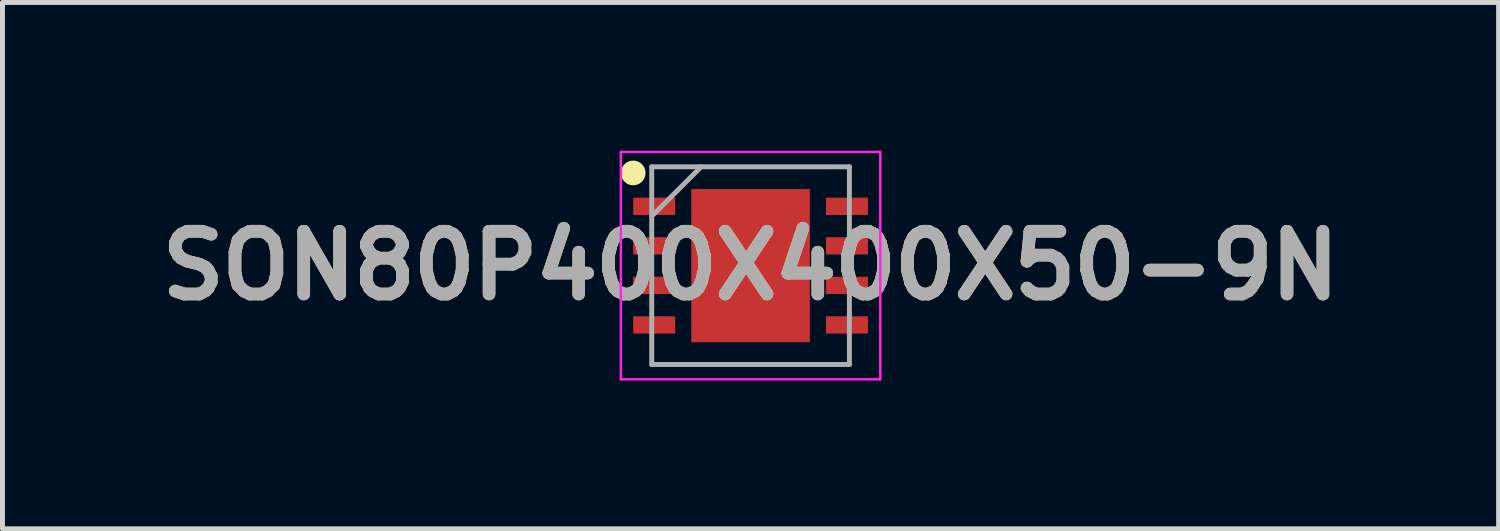
<source format=kicad_pcb>
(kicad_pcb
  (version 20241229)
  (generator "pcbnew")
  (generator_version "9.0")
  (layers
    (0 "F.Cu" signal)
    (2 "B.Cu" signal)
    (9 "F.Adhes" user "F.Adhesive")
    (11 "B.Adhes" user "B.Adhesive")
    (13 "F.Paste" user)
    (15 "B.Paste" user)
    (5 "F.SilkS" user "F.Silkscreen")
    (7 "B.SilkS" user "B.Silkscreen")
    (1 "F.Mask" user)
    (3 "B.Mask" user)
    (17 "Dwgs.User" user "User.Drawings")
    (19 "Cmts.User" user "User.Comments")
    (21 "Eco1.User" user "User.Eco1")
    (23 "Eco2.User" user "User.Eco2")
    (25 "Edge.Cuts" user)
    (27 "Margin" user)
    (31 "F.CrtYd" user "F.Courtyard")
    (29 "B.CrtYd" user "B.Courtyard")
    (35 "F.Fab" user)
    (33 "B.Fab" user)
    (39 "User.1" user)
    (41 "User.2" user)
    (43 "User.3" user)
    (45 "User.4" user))
  (footprint "SON80P400X400X50-9N"
    (layer "F.Cu")
    (at 12.138 2.325)
    (property "Reference" "SON80P400X400X50-9N" (at 0 0 0) (layer "F.SilkS") (effects (font (size 1.27 1.27) (thickness 0.254))))
    (attr smd)
    (fp_circle (center -2.375 -1.875) (end -2.375 -1.75) (stroke (width 0.25) (type solid)) (fill no) (layer "F.SilkS"))
    (fp_line (start -2.625 -2.3) (end 2.625 -2.3) (stroke (width 0.05) (type solid)) (layer "F.CrtYd"))
    (fp_line (start -2.625 2.3) (end -2.625 -2.3) (stroke (width 0.05) (type solid)) (layer "F.CrtYd"))
    (fp_line (start 2.625 -2.3) (end 2.625 2.3) (stroke (width 0.05) (type solid)) (layer "F.CrtYd"))
    (fp_line (start 2.625 2.3) (end -2.625 2.3) (stroke (width 0.05) (type solid)) (layer "F.CrtYd"))
    (fp_line (start -2 -2) (end 2 -2) (stroke (width 0.1) (type solid)) (layer "F.Fab"))
    (fp_line (start -2 -1) (end -1 -2) (stroke (width 0.1) (type solid)) (layer "F.Fab"))
    (fp_line (start -2 2) (end -2 -2) (stroke (width 0.1) (type solid)) (layer "F.Fab"))
    (fp_line (start 2 -2) (end 2 2) (stroke (width 0.1) (type solid)) (layer "F.Fab"))
    (fp_line (start 2 2) (end -2 2) (stroke (width 0.1) (type solid)) (layer "F.Fab"))
    (fp_text user "${REFERENCE}" (at 0 0 0) (layer "F.Fab") (effects (font (size 1.27 1.27) (thickness 0.254))))
    (pad "1" smd rect (at -1.95 -1.2 90) (size 0.35 0.85) (layers "F.Cu" "F.Mask" "F.Paste"))
    (pad "2" smd rect (at -1.95 -0.4 90) (size 0.35 0.85) (layers "F.Cu" "F.Mask" "F.Paste"))
    (pad "3" smd rect (at -1.95 0.4 90) (size 0.35 0.85) (layers "F.Cu" "F.Mask" "F.Paste"))
    (pad "4" smd rect (at -1.95 1.2 90) (size 0.35 0.85) (layers "F.Cu" "F.Mask" "F.Paste"))
    (pad "5" smd rect (at 1.95 1.2 90) (size 0.35 0.85) (layers "F.Cu" "F.Mask" "F.Paste"))
    (pad "6" smd rect (at 1.95 0.4 90) (size 0.35 0.85) (layers "F.Cu" "F.Mask" "F.Paste"))
    (pad "7" smd rect (at 1.95 -0.4 90) (size 0.35 0.85) (layers "F.Cu" "F.Mask" "F.Paste"))
    (pad "8" smd rect (at 1.95 -1.2 90) (size 0.35 0.85) (layers "F.Cu" "F.Mask" "F.Paste"))
    (pad "9" smd rect (at 0 0) (size 2.4 3.1) (layers "F.Cu" "F.Mask" "F.Paste")))
  (gr_rect
    (start -3 -3)
    (end 27.275 7.65)
    (stroke (width 0.1) (type default))
    (fill no)
    (layer "Edge.Cuts")))
</source>
